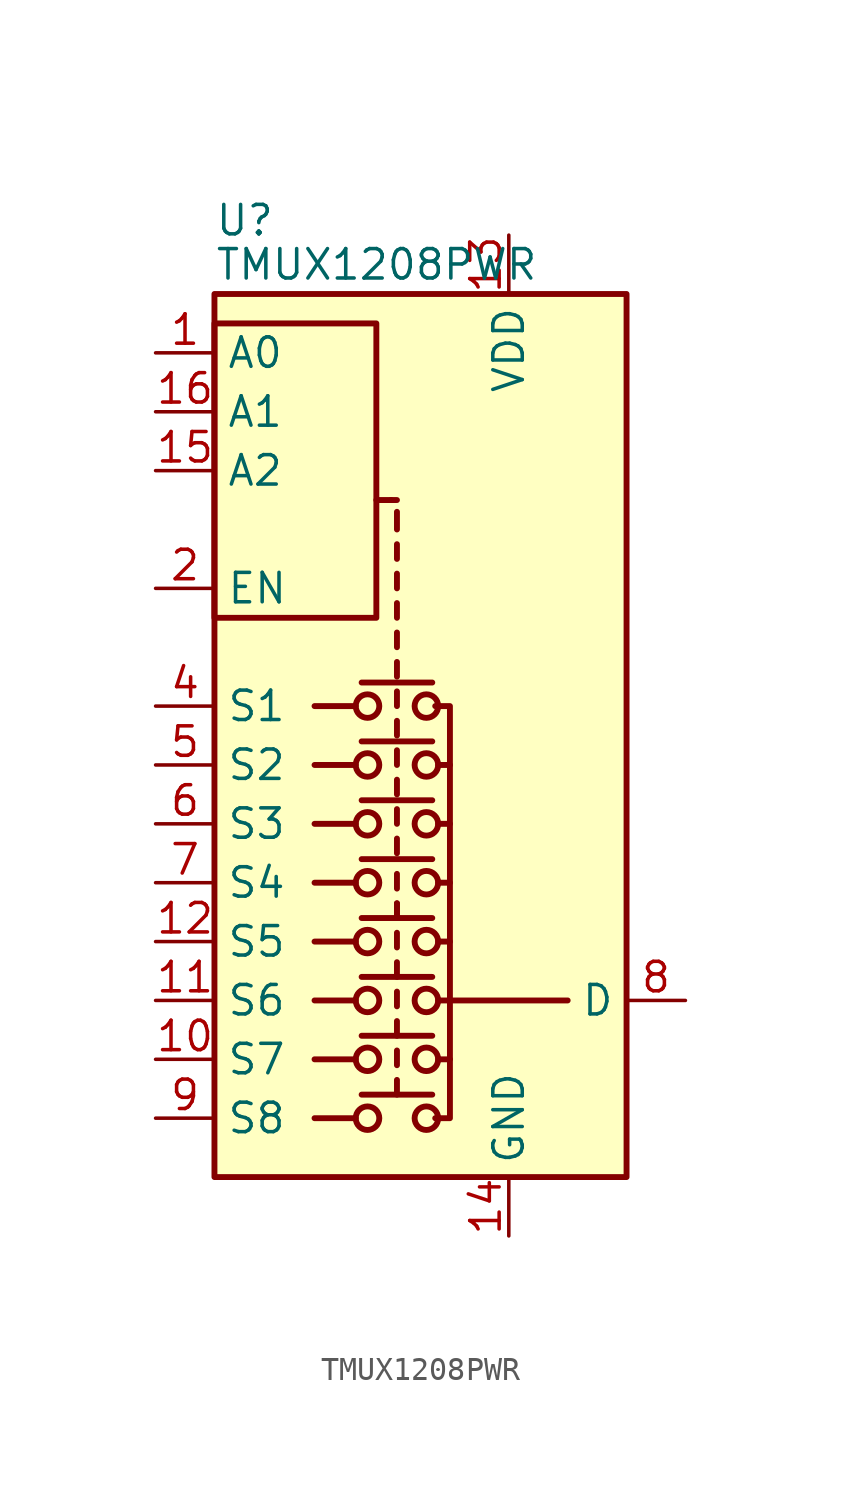
<source format=kicad_sym>
(kicad_symbol_lib
  (version 20241209)
  (generator "kicad_symbol_editor")
  (generator_version "9.0")
  (symbol "TMUX1208PWR"
    (property "Reference" "U"
      (at -7.62 23.495 0)
      (effects (font (size 1.27 1.27)) (justify left)))
    (property "Value" "TMUX1208PWR"
      (at -7.62 21.59 0)
      (effects (font (size 1.27 1.27)) (justify left)))
    (symbol "TMUX1208PWR_0_0"
      (pin power_in line (at 5.08 -20.32 90) (length 2.54) (name "GND" (effects (font (size 1.27 1.27)))) (number "14" (effects (font (size 1.27 1.27))))))
    (symbol "TMUX1208PWR_0_1"
      (rectangle (start -7.62 20.32) (end 10.16 -17.78) (stroke (width 0.254) (type default)) (fill (type background)))
      (rectangle (start -7.62 6.35) (end -0.635 19.05) (stroke (width 0.254) (type default)) (fill (type none)))
      (polyline (pts (xy -1.524 2.54) (xy -3.302 2.54)) (stroke (width 0.254) (type default)) (fill (type none)))
      (polyline (pts (xy -1.524 0) (xy -3.302 0)) (stroke (width 0.254) (type default)) (fill (type none)))
      (polyline (pts (xy -1.524 -2.54) (xy -3.302 -2.54)) (stroke (width 0.254) (type default)) (fill (type none)))
      (polyline (pts (xy -1.524 -5.08) (xy -3.302 -5.08)) (stroke (width 0.254) (type default)) (fill (type none)))
      (polyline (pts (xy -1.524 -7.62) (xy -3.302 -7.62)) (stroke (width 0.254) (type default)) (fill (type none)))
      (polyline (pts (xy -1.524 -10.16) (xy -3.302 -10.16)) (stroke (width 0.254) (type default)) (fill (type none)))
      (polyline (pts (xy -1.524 -12.7) (xy -3.302 -12.7)) (stroke (width 0.254) (type default)) (fill (type none)))
      (polyline (pts (xy -1.524 -15.24) (xy -3.302 -15.24)) (stroke (width 0.254) (type default)) (fill (type none)))
      (polyline (pts (xy -1.27 3.556) (xy 1.778 3.556)) (stroke (width 0.254) (type default)) (fill (type none)))
      (polyline (pts (xy -1.27 1.016) (xy 1.778 1.016)) (stroke (width 0.254) (type default)) (fill (type none)))
      (polyline (pts (xy -1.27 -1.524) (xy 1.778 -1.524)) (stroke (width 0.254) (type default)) (fill (type none)))
      (polyline (pts (xy -1.27 -4.064) (xy 1.778 -4.064)) (stroke (width 0.254) (type default)) (fill (type none)))
      (polyline (pts (xy -1.27 -6.604) (xy 1.778 -6.604)) (stroke (width 0.254) (type default)) (fill (type none)))
      (polyline (pts (xy -1.27 -9.144) (xy 1.778 -9.144)) (stroke (width 0.254) (type default)) (fill (type none)))
      (polyline (pts (xy -1.27 -11.684) (xy 1.778 -11.684)) (stroke (width 0.254) (type default)) (fill (type none)))
      (polyline (pts (xy -1.27 -14.224) (xy 1.778 -14.224)) (stroke (width 0.254) (type default)) (fill (type none)))
      (circle (center -1.016 2.54) (radius 0.508) (stroke (width 0.254) (type default)) (fill (type none)))
      (circle (center -1.016 0) (radius 0.508) (stroke (width 0.254) (type default)) (fill (type none)))
      (circle (center -1.016 -2.54) (radius 0.508) (stroke (width 0.254) (type default)) (fill (type none)))
      (circle (center -1.016 -5.08) (radius 0.508) (stroke (width 0.254) (type default)) (fill (type none)))
      (circle (center -1.016 -7.62) (radius 0.508) (stroke (width 0.254) (type default)) (fill (type none)))
      (circle (center -1.016 -10.16) (radius 0.508) (stroke (width 0.254) (type default)) (fill (type none)))
      (circle (center -1.016 -12.7) (radius 0.508) (stroke (width 0.254) (type default)) (fill (type none)))
      (circle (center -1.016 -15.24) (radius 0.508) (stroke (width 0.254) (type default)) (fill (type none)))
      (polyline (pts (xy -0.635 11.43) (xy 0 11.43)) (stroke (width 0.254) (type default)) (fill (type none)))
      (polyline (pts (xy 0.254 11.43) (xy 0 11.43)) (stroke (width 0.254) (type default)) (fill (type none)))
      (polyline (pts (xy 0.254 10.16) (xy 0.254 10.922)) (stroke (width 0.254) (type default)) (fill (type none)))
      (polyline (pts (xy 0.254 8.89) (xy 0.254 9.525)) (stroke (width 0.254) (type default)) (fill (type none)))
      (polyline (pts (xy 0.254 7.62) (xy 0.254 8.255)) (stroke (width 0.254) (type default)) (fill (type none)))
      (polyline (pts (xy 0.254 6.35) (xy 0.254 6.985)) (stroke (width 0.254) (type default)) (fill (type none)))
      (polyline (pts (xy 0.254 5.08) (xy 0.254 5.715)) (stroke (width 0.254) (type default)) (fill (type none)))
      (polyline (pts (xy 0.254 3.81) (xy 0.254 4.445)) (stroke (width 0.254) (type default)) (fill (type none)))
      (polyline (pts (xy 0.254 2.54) (xy 0.254 3.175)) (stroke (width 0.254) (type default)) (fill (type none)))
      (polyline (pts (xy 0.254 1.27) (xy 0.254 1.905)) (stroke (width 0.254) (type default)) (fill (type none)))
      (polyline (pts (xy 0.254 0) (xy 0.254 0.635)) (stroke (width 0.254) (type default)) (fill (type none)))
      (polyline (pts (xy 0.254 -1.27) (xy 0.254 -0.635)) (stroke (width 0.254) (type default)) (fill (type none)))
      (polyline (pts (xy 0.254 -2.54) (xy 0.254 -1.905)) (stroke (width 0.254) (type default)) (fill (type none)))
      (polyline (pts (xy 0.254 -3.81) (xy 0.254 -3.175)) (stroke (width 0.254) (type default)) (fill (type none)))
      (polyline (pts (xy 0.254 -5.334) (xy 0.254 -4.699)) (stroke (width 0.254) (type default)) (fill (type none)))
      (polyline (pts (xy 0.254 -6.604) (xy 0.254 -5.969)) (stroke (width 0.254) (type default)) (fill (type none)))
      (polyline (pts (xy 0.254 -6.604) (xy 0.254 -5.969)) (stroke (width 0.254) (type default)) (fill (type none)))
      (polyline (pts (xy 0.254 -7.874) (xy 0.254 -7.239)) (stroke (width 0.254) (type default)) (fill (type none)))
      (polyline (pts (xy 0.254 -9.144) (xy 0.254 -8.509)) (stroke (width 0.254) (type default)) (fill (type none)))
      (polyline (pts (xy 0.254 -10.414) (xy 0.254 -9.779)) (stroke (width 0.254) (type default)) (fill (type none)))
      (polyline (pts (xy 0.254 -11.684) (xy 0.254 -11.049)) (stroke (width 0.254) (type default)) (fill (type none)))
      (polyline (pts (xy 0.254 -12.954) (xy 0.254 -12.319)) (stroke (width 0.254) (type default)) (fill (type none)))
      (polyline (pts (xy 0.254 -14.224) (xy 0.254 -13.589)) (stroke (width 0.254) (type default)) (fill (type none)))
      (circle (center 1.524 2.54) (radius 0.508) (stroke (width 0.254) (type default)) (fill (type none)))
      (circle (center 1.524 0) (radius 0.508) (stroke (width 0.254) (type default)) (fill (type none)))
      (circle (center 1.524 -2.54) (radius 0.508) (stroke (width 0.254) (type default)) (fill (type none)))
      (circle (center 1.524 -5.08) (radius 0.508) (stroke (width 0.254) (type default)) (fill (type none)))
      (circle (center 1.524 -7.62) (radius 0.508) (stroke (width 0.254) (type default)) (fill (type none)))
      (circle (center 1.524 -10.16) (radius 0.508) (stroke (width 0.254) (type default)) (fill (type none)))
      (circle (center 1.524 -12.7) (radius 0.508) (stroke (width 0.254) (type default)) (fill (type none)))
      (circle (center 1.524 -15.24) (radius 0.508) (stroke (width 0.254) (type default)) (fill (type none)))
      (polyline (pts (xy 1.905 2.54) (xy 2.54 2.54) (xy 2.54 -15.24) (xy 1.905 -15.24)) (stroke (width 0.254) (type default)) (fill (type none)))
      (polyline (pts (xy 2.032 0) (xy 2.54 0)) (stroke (width 0.254) (type default)) (fill (type none)))
      (polyline (pts (xy 2.032 -2.54) (xy 2.54 -2.54)) (stroke (width 0.254) (type default)) (fill (type none)))
      (polyline (pts (xy 2.032 -5.08) (xy 2.54 -5.08)) (stroke (width 0.254) (type default)) (fill (type none)))
      (polyline (pts (xy 2.032 -7.62) (xy 2.54 -7.62)) (stroke (width 0.254) (type default)) (fill (type none)))
      (polyline (pts (xy 2.032 -10.16) (xy 2.54 -10.16)) (stroke (width 0.254) (type default)) (fill (type none)))
      (polyline (pts (xy 2.032 -12.7) (xy 2.54 -12.7)) (stroke (width 0.254) (type default)) (fill (type none)))
      (polyline (pts (xy 2.54 -10.16) (xy 7.62 -10.16)) (stroke (width 0.254) (type default)) (fill (type none))))
    (symbol "TMUX1208PWR_1_1"
      (pin input line (at -10.16 17.78 0) (length 2.54) (name "A0" (effects (font (size 1.27 1.27)))) (number "1" (effects (font (size 1.27 1.27)))))
      (pin input line (at -10.16 15.24 0) (length 2.54) (name "A1" (effects (font (size 1.27 1.27)))) (number "16" (effects (font (size 1.27 1.27)))))
      (pin input line (at -10.16 12.7 0) (length 2.54) (name "A2" (effects (font (size 1.27 1.27)))) (number "15" (effects (font (size 1.27 1.27)))))
      (pin input line (at -10.16 7.62 0) (length 2.54) (name "EN" (effects (font (size 1.27 1.27)))) (number "2" (effects (font (size 1.27 1.27)))))
      (pin bidirectional line (at -10.16 2.54 0) (length 2.54) (name "S1" (effects (font (size 1.27 1.27)))) (number "4" (effects (font (size 1.27 1.27)))))
      (pin bidirectional line (at -10.16 0 0) (length 2.54) (name "S2" (effects (font (size 1.27 1.27)))) (number "5" (effects (font (size 1.27 1.27)))))
      (pin bidirectional line (at -10.16 -2.54 0) (length 2.54) (name "S3" (effects (font (size 1.27 1.27)))) (number "6" (effects (font (size 1.27 1.27)))))
      (pin bidirectional line (at -10.16 -5.08 0) (length 2.54) (name "S4" (effects (font (size 1.27 1.27)))) (number "7" (effects (font (size 1.27 1.27)))))
      (pin bidirectional line (at -10.16 -7.62 0) (length 2.54) (name "S5" (effects (font (size 1.27 1.27)))) (number "12" (effects (font (size 1.27 1.27)))))
      (pin bidirectional line (at -10.16 -10.16 0) (length 2.54) (name "S6" (effects (font (size 1.27 1.27)))) (number "11" (effects (font (size 1.27 1.27)))))
      (pin bidirectional line (at -10.16 -12.7 0) (length 2.54) (name "S7" (effects (font (size 1.27 1.27)))) (number "10" (effects (font (size 1.27 1.27)))))
      (pin bidirectional line (at -10.16 -15.24 0) (length 2.54) (name "S8" (effects (font (size 1.27 1.27)))) (number "9" (effects (font (size 1.27 1.27)))))
      (pin power_in line (at 5.08 22.86 270) (length 2.54) (name "VDD" (effects (font (size 1.27 1.27)))) (number "13" (effects (font (size 1.27 1.27)))))
      (pin no_connect line (at 12.7 12.7 180) (length 2.54) (hide yes) (name "N.C." (effects (font (size 1.27 1.27)))) (number "3" (effects (font (size 1.27 1.27)))))
      (pin bidirectional line (at 12.7 -10.16 180) (length 2.54) (name "D" (effects (font (size 1.27 1.27)))) (number "8" (effects (font (size 1.27 1.27))))))))
</source>
